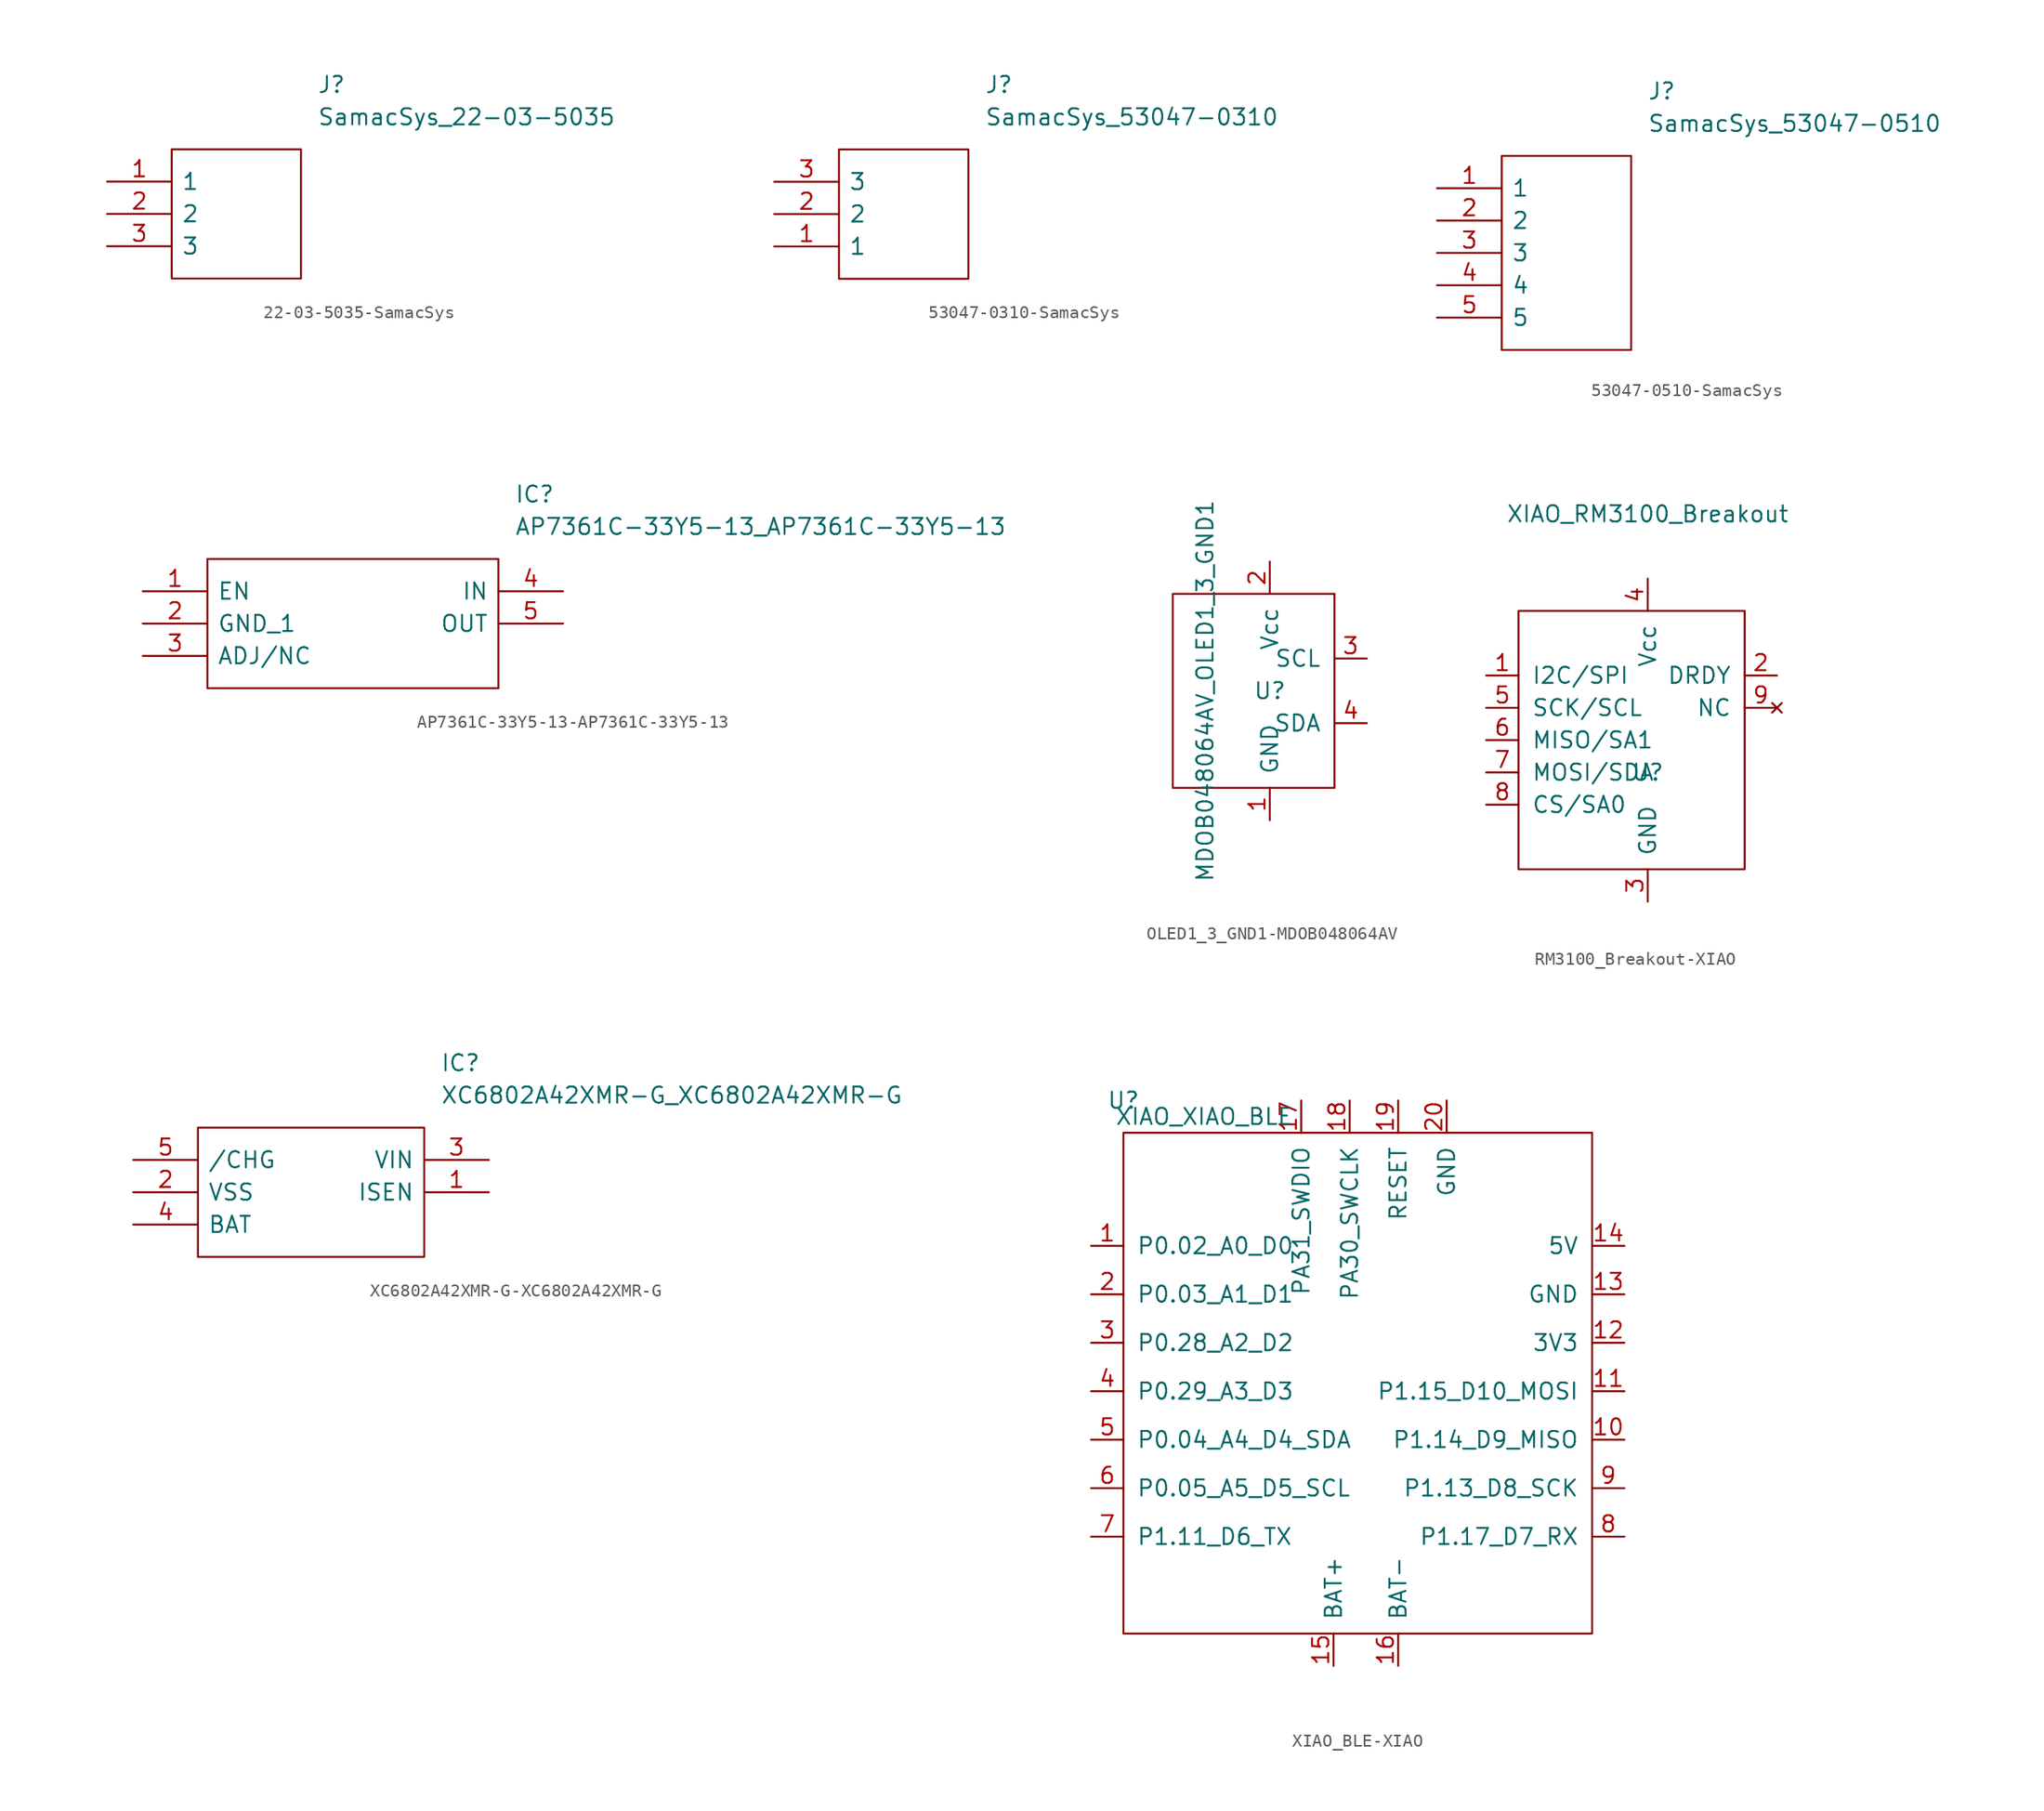
<source format=kicad_sym>
(kicad_symbol_lib
  (version 20220914)
  (generator kicad_symbol_editor)
  (symbol "22-03-5035-SamacSys"
    (pin_names
      (offset 0.762))
    (property "Reference" "J"
      (at 16.51 7.62 0)
      (effects (font (size 1.27 1.27)) (justify left)))
    (property "Value" "SamacSys_22-03-5035"
      (at 16.51 5.08 0)
      (effects (font (size 1.27 1.27)) (justify left)))
    (symbol "22-03-5035-SamacSys_0_0"
      (pin passive line (at 0 0 0) (length 5.08) (name "1" (effects (font (size 1.27 1.27)))) (number "1" (effects (font (size 1.27 1.27)))))
      (pin passive line (at 0 -2.54 0) (length 5.08) (name "2" (effects (font (size 1.27 1.27)))) (number "2" (effects (font (size 1.27 1.27)))))
      (pin passive line (at 0 -5.08 0) (length 5.08) (name "3" (effects (font (size 1.27 1.27)))) (number "3" (effects (font (size 1.27 1.27))))))
    (symbol "22-03-5035-SamacSys_0_1"
      (polyline (pts (xy 5.08 2.54) (xy 15.24 2.54) (xy 15.24 -7.62) (xy 5.08 -7.62) (xy 5.08 2.54)) (stroke (width 0.152) (type solid)) (fill (type none)))))
  (symbol "53047-0310-SamacSys"
    (pin_names
      (offset 0.762))
    (property "Reference" "J"
      (at 16.51 7.62 0)
      (effects (font (size 1.27 1.27)) (justify left)))
    (property "Value" "SamacSys_53047-0310"
      (at 16.51 5.08 0)
      (effects (font (size 1.27 1.27)) (justify left)))
    (symbol "53047-0310-SamacSys_0_0"
      (pin passive line (at 0 -5.08 0) (length 5.08) (name "1" (effects (font (size 1.27 1.27)))) (number "1" (effects (font (size 1.27 1.27)))))
      (pin passive line (at 0 -2.54 0) (length 5.08) (name "2" (effects (font (size 1.27 1.27)))) (number "2" (effects (font (size 1.27 1.27)))))
      (pin passive line (at 0 0 0) (length 5.08) (name "3" (effects (font (size 1.27 1.27)))) (number "3" (effects (font (size 1.27 1.27))))))
    (symbol "53047-0310-SamacSys_0_1"
      (polyline (pts (xy 5.08 2.54) (xy 15.24 2.54) (xy 15.24 -7.62) (xy 5.08 -7.62) (xy 5.08 2.54)) (stroke (width 0.152) (type solid)) (fill (type none)))))
  (symbol "53047-0510-SamacSys"
    (pin_names
      (offset 0.762))
    (property "Reference" "J"
      (at 16.51 7.62 0)
      (effects (font (size 1.27 1.27)) (justify left)))
    (property "Value" "SamacSys_53047-0510"
      (at 16.51 5.08 0)
      (effects (font (size 1.27 1.27)) (justify left)))
    (symbol "53047-0510-SamacSys_0_0"
      (pin passive line (at 0 0 0) (length 5.08) (name "1" (effects (font (size 1.27 1.27)))) (number "1" (effects (font (size 1.27 1.27)))))
      (pin passive line (at 0 -2.54 0) (length 5.08) (name "2" (effects (font (size 1.27 1.27)))) (number "2" (effects (font (size 1.27 1.27)))))
      (pin passive line (at 0 -5.08 0) (length 5.08) (name "3" (effects (font (size 1.27 1.27)))) (number "3" (effects (font (size 1.27 1.27)))))
      (pin passive line (at 0 -7.62 0) (length 5.08) (name "4" (effects (font (size 1.27 1.27)))) (number "4" (effects (font (size 1.27 1.27)))))
      (pin passive line (at 0 -10.16 0) (length 5.08) (name "5" (effects (font (size 1.27 1.27)))) (number "5" (effects (font (size 1.27 1.27))))))
    (symbol "53047-0510-SamacSys_0_1"
      (polyline (pts (xy 5.08 2.54) (xy 15.24 2.54) (xy 15.24 -12.7) (xy 5.08 -12.7) (xy 5.08 2.54)) (stroke (width 0.152) (type solid)) (fill (type none)))))
  (symbol "AP7361C-33Y5-13-AP7361C-33Y5-13"
    (pin_names
      (offset 0.762))
    (property "Reference" "IC"
      (at 29.21 7.62 0)
      (effects (font (size 1.27 1.27)) (justify left)))
    (property "Value" "AP7361C-33Y5-13_AP7361C-33Y5-13"
      (at 29.21 5.08 0)
      (effects (font (size 1.27 1.27)) (justify left)))
    (symbol "AP7361C-33Y5-13-AP7361C-33Y5-13_0_0"
      (pin passive line (at 0 0 0) (length 5.08) (name "EN" (effects (font (size 1.27 1.27)))) (number "1" (effects (font (size 1.27 1.27)))))
      (pin passive line (at 0 -2.54 0) (length 5.08) (name "GND_1" (effects (font (size 1.27 1.27)))) (number "2" (effects (font (size 1.27 1.27)))))
      (pin passive line (at 0 -5.08 0) (length 5.08) (name "ADJ/NC" (effects (font (size 1.27 1.27)))) (number "3" (effects (font (size 1.27 1.27)))))
      (pin passive line (at 33.02 0 180) (length 5.08) (name "IN" (effects (font (size 1.27 1.27)))) (number "4" (effects (font (size 1.27 1.27)))))
      (pin passive line (at 33.02 -2.54 180) (length 5.08) (name "OUT" (effects (font (size 1.27 1.27)))) (number "5" (effects (font (size 1.27 1.27))))))
    (symbol "AP7361C-33Y5-13-AP7361C-33Y5-13_0_1"
      (polyline (pts (xy 5.08 2.54) (xy 27.94 2.54) (xy 27.94 -7.62) (xy 5.08 -7.62) (xy 5.08 2.54)) (stroke (width 0.152) (type solid)) (fill (type none)))))
  (symbol "OLED1_3_GND1-MDOB048064AV"
    (pin_names
      (offset 1.016))
    (property "Reference" "U"
      (at 0 0 0)
      (effects (font (size 1.27 1.27))))
    (property "Value" "MDOB048064AV_OLED1_3_GND1"
      (at -5.08 0 90)
      (effects (font (size 1.27 1.27))))
    (symbol "OLED1_3_GND1-MDOB048064AV_0_0"
      (pin power_in line (at 0 -10.16 90) (length 2.54) (name "GND" (effects (font (size 1.27 1.27)))) (number "1" (effects (font (size 1.27 1.27)))))
      (pin power_in line (at 0 10.16 270) (length 2.54) (name "Vcc" (effects (font (size 1.27 1.27)))) (number "2" (effects (font (size 1.27 1.27)))))
      (pin bidirectional line (at 7.62 2.54 180) (length 2.54) (name "SCL" (effects (font (size 1.27 1.27)))) (number "3" (effects (font (size 1.27 1.27)))))
      (pin bidirectional line (at 7.62 -2.54 180) (length 2.54) (name "SDA" (effects (font (size 1.27 1.27)))) (number "4" (effects (font (size 1.27 1.27))))))
    (symbol "OLED1_3_GND1-MDOB048064AV_0_1"
      (rectangle (start -7.62 7.62) (end 5.08 -7.62) (stroke (width 0) (type solid)) (fill (type none)))))
  (symbol "RM3100_Breakout-XIAO"
    (pin_names
      (offset 1.016))
    (property "Reference" "U"
      (at 0 0 0)
      (effects (font (size 1.27 1.27))))
    (property "Value" "XIAO_RM3100_Breakout"
      (at 0 20.32 0)
      (effects (font (size 1.27 1.27))))
    (symbol "RM3100_Breakout-XIAO_0_1"
      (rectangle (start -10.16 12.7) (end 7.62 -7.62) (stroke (width 0) (type solid)) (fill (type none))))
    (symbol "RM3100_Breakout-XIAO_1_1"
      (pin input line (at -12.7 7.62 0) (length 2.54) (name "I2C/SPI" (effects (font (size 1.27 1.27)))) (number "1" (effects (font (size 1.27 1.27)))))
      (pin output line (at 10.16 7.62 180) (length 2.54) (name "DRDY" (effects (font (size 1.27 1.27)))) (number "2" (effects (font (size 1.27 1.27)))))
      (pin power_in line (at 0 -10.16 90) (length 2.54) (name "GND" (effects (font (size 1.27 1.27)))) (number "3" (effects (font (size 1.27 1.27)))))
      (pin power_in line (at 0 15.24 270) (length 2.54) (name "Vcc" (effects (font (size 1.27 1.27)))) (number "4" (effects (font (size 1.27 1.27)))))
      (pin input line (at -12.7 5.08 0) (length 2.54) (name "SCK/SCL" (effects (font (size 1.27 1.27)))) (number "5" (effects (font (size 1.27 1.27)))))
      (pin input line (at -12.7 2.54 0) (length 2.54) (name "MISO/SA1" (effects (font (size 1.27 1.27)))) (number "6" (effects (font (size 1.27 1.27)))))
      (pin input line (at -12.7 0 0) (length 2.54) (name "MOSI/SDA" (effects (font (size 1.27 1.27)))) (number "7" (effects (font (size 1.27 1.27)))))
      (pin input line (at -12.7 -2.54 0) (length 2.54) (name "CS/SA0" (effects (font (size 1.27 1.27)))) (number "8" (effects (font (size 1.27 1.27)))))
      (pin no_connect line (at 10.16 5.08 180) (length 2.54) (name "NC" (effects (font (size 1.27 1.27)))) (number "9" (effects (font (size 1.27 1.27)))))))
  (symbol "XC6802A42XMR-G-XC6802A42XMR-G"
    (pin_names
      (offset 0.762))
    (property "Reference" "IC"
      (at 24.13 7.62 0)
      (effects (font (size 1.27 1.27)) (justify left)))
    (property "Value" "XC6802A42XMR-G_XC6802A42XMR-G"
      (at 24.13 5.08 0)
      (effects (font (size 1.27 1.27)) (justify left)))
    (symbol "XC6802A42XMR-G-XC6802A42XMR-G_0_0"
      (pin passive line (at 27.94 -2.54 180) (length 5.08) (name "ISEN" (effects (font (size 1.27 1.27)))) (number "1" (effects (font (size 1.27 1.27)))))
      (pin passive line (at 0 -2.54 0) (length 5.08) (name "VSS" (effects (font (size 1.27 1.27)))) (number "2" (effects (font (size 1.27 1.27)))))
      (pin passive line (at 27.94 0 180) (length 5.08) (name "VIN" (effects (font (size 1.27 1.27)))) (number "3" (effects (font (size 1.27 1.27)))))
      (pin passive line (at 0 -5.08 0) (length 5.08) (name "BAT" (effects (font (size 1.27 1.27)))) (number "4" (effects (font (size 1.27 1.27)))))
      (pin passive line (at 0 0 0) (length 5.08) (name "/CHG" (effects (font (size 1.27 1.27)))) (number "5" (effects (font (size 1.27 1.27))))))
    (symbol "XC6802A42XMR-G-XC6802A42XMR-G_0_1"
      (polyline (pts (xy 5.08 2.54) (xy 22.86 2.54) (xy 22.86 -7.62) (xy 5.08 -7.62) (xy 5.08 2.54)) (stroke (width 0.152) (type solid)) (fill (type none)))))
  (symbol "XIAO_BLE-XIAO"
    (pin_names
      (offset 1.016))
    (property "Reference" "U"
      (at -19.05 22.86 0)
      (effects (font (size 1.27 1.27))))
    (property "Value" "XIAO_XIAO_BLE"
      (at -12.7 21.59 0)
      (effects (font (size 1.27 1.27))))
    (symbol "XIAO_BLE-XIAO_0_1"
      (rectangle (start -19.05 20.32) (end 17.78 -19.05) (stroke (width 0) (type solid)) (fill (type none))))
    (symbol "XIAO_BLE-XIAO_1_1"
      (pin bidirectional line (at -21.59 11.43 0) (length 2.54) (name "P0.02_A0_D0" (effects (font (size 1.27 1.27)))) (number "1" (effects (font (size 1.27 1.27)))))
      (pin bidirectional line (at 20.32 -3.81 180) (length 2.54) (name "P1.14_D9_MISO" (effects (font (size 1.27 1.27)))) (number "10" (effects (font (size 1.27 1.27)))))
      (pin bidirectional line (at 20.32 0 180) (length 2.54) (name "P1.15_D10_MOSI" (effects (font (size 1.27 1.27)))) (number "11" (effects (font (size 1.27 1.27)))))
      (pin power_out line (at 20.32 3.81 180) (length 2.54) (name "3V3" (effects (font (size 1.27 1.27)))) (number "12" (effects (font (size 1.27 1.27)))))
      (pin power_out line (at 20.32 7.62 180) (length 2.54) (name "GND" (effects (font (size 1.27 1.27)))) (number "13" (effects (font (size 1.27 1.27)))))
      (pin power_out line (at 20.32 11.43 180) (length 2.54) (name "5V" (effects (font (size 1.27 1.27)))) (number "14" (effects (font (size 1.27 1.27)))))
      (pin power_in line (at -2.54 -21.59 90) (length 2.54) (name "BAT+" (effects (font (size 1.27 1.27)))) (number "15" (effects (font (size 1.27 1.27)))))
      (pin power_in line (at 2.54 -21.59 90) (length 2.54) (name "BAT-" (effects (font (size 1.27 1.27)))) (number "16" (effects (font (size 1.27 1.27)))))
      (pin input line (at -5.08 22.86 270) (length 2.54) (name "PA31_SWDIO" (effects (font (size 1.27 1.27)))) (number "17" (effects (font (size 1.27 1.27)))))
      (pin input line (at -1.27 22.86 270) (length 2.54) (name "PA30_SWCLK" (effects (font (size 1.27 1.27)))) (number "18" (effects (font (size 1.27 1.27)))))
      (pin input line (at 2.54 22.86 270) (length 2.54) (name "RESET" (effects (font (size 1.27 1.27)))) (number "19" (effects (font (size 1.27 1.27)))))
      (pin bidirectional line (at -21.59 7.62 0) (length 2.54) (name "P0.03_A1_D1" (effects (font (size 1.27 1.27)))) (number "2" (effects (font (size 1.27 1.27)))))
      (pin power_out line (at 6.35 22.86 270) (length 2.54) (name "GND" (effects (font (size 1.27 1.27)))) (number "20" (effects (font (size 1.27 1.27)))))
      (pin bidirectional line (at -21.59 3.81 0) (length 2.54) (name "P0.28_A2_D2" (effects (font (size 1.27 1.27)))) (number "3" (effects (font (size 1.27 1.27)))))
      (pin bidirectional line (at -21.59 0 0) (length 2.54) (name "P0.29_A3_D3" (effects (font (size 1.27 1.27)))) (number "4" (effects (font (size 1.27 1.27)))))
      (pin bidirectional line (at -21.59 -3.81 0) (length 2.54) (name "P0.04_A4_D4_SDA" (effects (font (size 1.27 1.27)))) (number "5" (effects (font (size 1.27 1.27)))))
      (pin bidirectional line (at -21.59 -7.62 0) (length 2.54) (name "P0.05_A5_D5_SCL" (effects (font (size 1.27 1.27)))) (number "6" (effects (font (size 1.27 1.27)))))
      (pin bidirectional line (at -21.59 -11.43 0) (length 2.54) (name "P1.11_D6_TX" (effects (font (size 1.27 1.27)))) (number "7" (effects (font (size 1.27 1.27)))))
      (pin bidirectional line (at 20.32 -11.43 180) (length 2.54) (name "P1.17_D7_RX" (effects (font (size 1.27 1.27)))) (number "8" (effects (font (size 1.27 1.27)))))
      (pin bidirectional line (at 20.32 -7.62 180) (length 2.54) (name "P1.13_D8_SCK" (effects (font (size 1.27 1.27)))) (number "9" (effects (font (size 1.27 1.27))))))))
</source>
